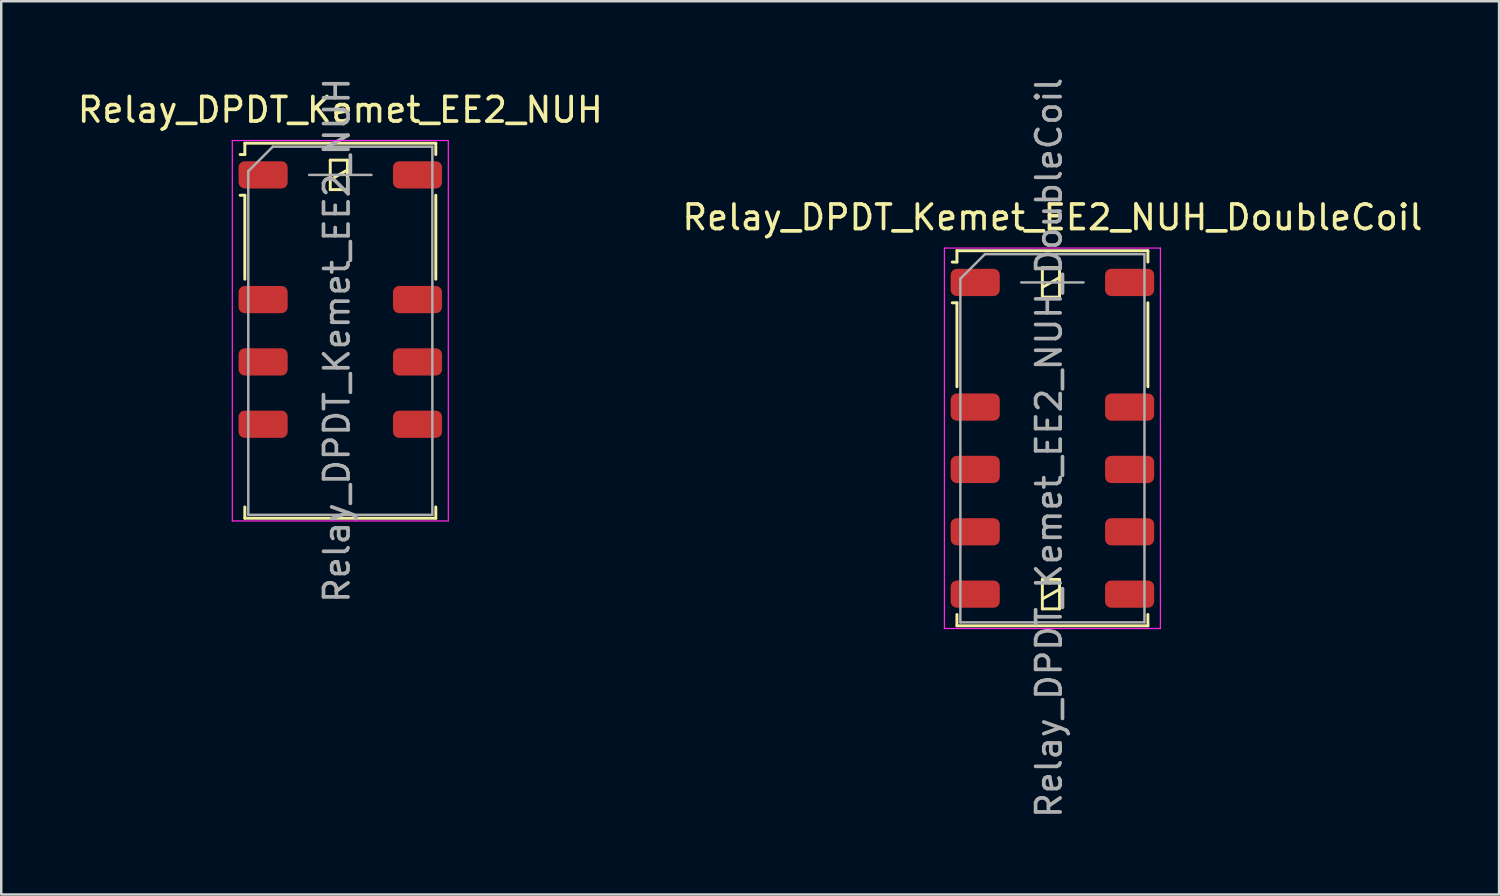
<source format=kicad_pcb>
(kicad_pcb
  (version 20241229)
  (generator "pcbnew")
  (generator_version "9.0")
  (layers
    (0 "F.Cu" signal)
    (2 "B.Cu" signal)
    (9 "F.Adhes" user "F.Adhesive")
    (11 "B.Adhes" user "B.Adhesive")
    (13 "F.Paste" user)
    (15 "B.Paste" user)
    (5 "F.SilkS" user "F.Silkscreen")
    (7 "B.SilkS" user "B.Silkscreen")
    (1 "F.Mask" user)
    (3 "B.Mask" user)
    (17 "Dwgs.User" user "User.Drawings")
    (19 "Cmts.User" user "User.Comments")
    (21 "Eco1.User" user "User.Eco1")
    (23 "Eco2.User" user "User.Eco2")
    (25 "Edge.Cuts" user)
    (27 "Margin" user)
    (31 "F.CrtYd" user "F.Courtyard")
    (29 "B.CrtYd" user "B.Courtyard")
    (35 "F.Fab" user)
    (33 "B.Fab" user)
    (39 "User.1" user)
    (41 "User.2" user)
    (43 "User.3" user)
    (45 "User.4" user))
  (footprint "Relay_DPDT_Kemet_EE2_NUH"
    (layer "F.Cu")
    (at 10.815 10.425)
    (property "Reference" "Relay_DPDT_Kemet_EE2_NUH" (at 0 -9 180) (layer "F.SilkS") (effects (font (size 1 1) (thickness 0.15))))
    (attr smd)
    (fp_line (start -3.89 -7.64) (end -3.89 -7.18) (stroke (width 0.12) (type solid)) (layer "F.SilkS"))
    (fp_line (start -3.89 -7.18) (end -4.08 -7.18) (stroke (width 0.12) (type solid)) (layer "F.SilkS"))
    (fp_line (start -3.89 -5.52) (end -4.08 -5.52) (stroke (width 0.12) (type solid)) (layer "F.SilkS"))
    (fp_line (start -3.89 -5.52) (end -3.89 -2.1) (stroke (width 0.12) (type solid)) (layer "F.SilkS"))
    (fp_line (start -3.89 7.18) (end -3.89 7.64) (stroke (width 0.12) (type solid)) (layer "F.SilkS"))
    (fp_line (start -0.41 -6.95) (end -0.41 -5.75) (stroke (width 0.12) (type solid)) (layer "F.SilkS"))
    (fp_line (start -0.41 -6.15) (end 0.29 -6.55) (stroke (width 0.12) (type solid)) (layer "F.SilkS"))
    (fp_line (start -0.41 -5.75) (end 0.29 -5.75) (stroke (width 0.12) (type solid)) (layer "F.SilkS"))
    (fp_line (start 0.29 -6.95) (end -0.41 -6.95) (stroke (width 0.12) (type solid)) (layer "F.SilkS"))
    (fp_line (start 0.29 -5.75) (end 0.29 -6.95) (stroke (width 0.12) (type solid)) (layer "F.SilkS"))
    (fp_line (start 3.89 -7.64) (end -3.89 -7.64) (stroke (width 0.12) (type solid)) (layer "F.SilkS"))
    (fp_line (start 3.89 -7.64) (end 3.89 -7.18) (stroke (width 0.12) (type solid)) (layer "F.SilkS"))
    (fp_line (start 3.89 -5.52) (end 3.89 -2.1) (stroke (width 0.12) (type solid)) (layer "F.SilkS"))
    (fp_line (start 3.89 7.18) (end 3.89 7.64) (stroke (width 0.12) (type solid)) (layer "F.SilkS"))
    (fp_line (start 3.89 7.64) (end -3.89 7.64) (stroke (width 0.12) (type solid)) (layer "F.SilkS"))
    (fp_line (start -4.4 -7.75) (end -4.4 7.75) (stroke (width 0.05) (type solid)) (layer "F.CrtYd"))
    (fp_line (start -4.4 7.75) (end 4.4 7.75) (stroke (width 0.05) (type solid)) (layer "F.CrtYd"))
    (fp_line (start 4.4 -7.75) (end -4.4 -7.75) (stroke (width 0.05) (type solid)) (layer "F.CrtYd"))
    (fp_line (start 4.4 -7.75) (end 4.4 7.75) (stroke (width 0.05) (type solid)) (layer "F.CrtYd"))
    (fp_line (start -3.75 -6.5) (end -3.75 7.5) (stroke (width 0.1) (type solid)) (layer "F.Fab"))
    (fp_line (start -3.75 -6.5) (end -2.75 -7.5) (stroke (width 0.1) (type solid)) (layer "F.Fab"))
    (fp_line (start -1.27 -6.35) (end 1.27 -6.35) (stroke (width 0.1) (type solid)) (layer "F.Fab"))
    (fp_line (start 3.75 -7.5) (end -2.75 -7.5) (stroke (width 0.1) (type solid)) (layer "F.Fab"))
    (fp_line (start 3.75 -7.5) (end 3.75 7.5) (stroke (width 0.1) (type solid)) (layer "F.Fab"))
    (fp_line (start 3.75 7.5) (end -3.75 7.5) (stroke (width 0.1) (type solid)) (layer "F.Fab"))
    (fp_text user "${REFERENCE}" (at -0.14 0.39 90) (layer "F.Fab") (effects (font (size 1 1) (thickness 0.15))))
    (pad "1" smd roundrect (at -3.145 -6.35 270) (size 1.11 2) (layers "F.Cu" "F.Mask" "F.Paste") (roundrect_rratio 0.225))
    (pad "3" smd roundrect (at -3.145 -1.27 270) (size 1.11 2) (layers "F.Cu" "F.Mask" "F.Paste") (roundrect_rratio 0.225))
    (pad "4" smd roundrect (at -3.145 1.27 270) (size 1.11 2) (layers "F.Cu" "F.Mask" "F.Paste") (roundrect_rratio 0.225))
    (pad "5" smd roundrect (at -3.145 3.81 270) (size 1.11 2) (layers "F.Cu" "F.Mask" "F.Paste") (roundrect_rratio 0.225))
    (pad "8" smd roundrect (at 3.145 3.81 270) (size 1.11 2) (layers "F.Cu" "F.Mask" "F.Paste") (roundrect_rratio 0.225))
    (pad "9" smd roundrect (at 3.145 1.27 270) (size 1.11 2) (layers "F.Cu" "F.Mask" "F.Paste") (roundrect_rratio 0.225))
    (pad "10" smd roundrect (at 3.145 -1.27 270) (size 1.11 2) (layers "F.Cu" "F.Mask" "F.Paste") (roundrect_rratio 0.225))
    (pad "12" smd roundrect (at 3.145 -6.35 270) (size 1.11 2) (layers "F.Cu" "F.Mask" "F.Paste") (roundrect_rratio 0.225)))
  (footprint "Relay_DPDT_Kemet_EE2_NUH_DoubleCoil"
    (layer "F.Cu")
    (at 39.827 14.806)
    (property "Reference" "Relay_DPDT_Kemet_EE2_NUH_DoubleCoil" (at 0 -9 180) (layer "F.SilkS") (effects (font (size 1 1) (thickness 0.15))))
    (attr smd)
    (fp_line (start -3.89 -7.64) (end -3.89 -7.18) (stroke (width 0.12) (type solid)) (layer "F.SilkS"))
    (fp_line (start -3.89 -7.18) (end -4.08 -7.18) (stroke (width 0.12) (type solid)) (layer "F.SilkS"))
    (fp_line (start -3.89 -5.52) (end -4.08 -5.52) (stroke (width 0.12) (type solid)) (layer "F.SilkS"))
    (fp_line (start -3.89 -5.52) (end -3.89 -2.1) (stroke (width 0.12) (type solid)) (layer "F.SilkS"))
    (fp_line (start -3.89 7.18) (end -3.89 7.64) (stroke (width 0.12) (type solid)) (layer "F.SilkS"))
    (fp_line (start -0.41 -6.95) (end -0.41 -5.75) (stroke (width 0.12) (type solid)) (layer "F.SilkS"))
    (fp_line (start -0.41 -6.15) (end 0.29 -6.55) (stroke (width 0.12) (type solid)) (layer "F.SilkS"))
    (fp_line (start -0.41 -5.75) (end 0.29 -5.75) (stroke (width 0.12) (type solid)) (layer "F.SilkS"))
    (fp_line (start -0.41 5.75) (end -0.41 6.95) (stroke (width 0.12) (type solid)) (layer "F.SilkS"))
    (fp_line (start -0.41 6.55) (end 0.29 6.15) (stroke (width 0.12) (type solid)) (layer "F.SilkS"))
    (fp_line (start -0.41 6.95) (end 0.29 6.95) (stroke (width 0.12) (type solid)) (layer "F.SilkS"))
    (fp_line (start 0.29 -6.95) (end -0.41 -6.95) (stroke (width 0.12) (type solid)) (layer "F.SilkS"))
    (fp_line (start 0.29 -5.75) (end 0.29 -6.95) (stroke (width 0.12) (type solid)) (layer "F.SilkS"))
    (fp_line (start 0.29 5.75) (end -0.41 5.75) (stroke (width 0.12) (type solid)) (layer "F.SilkS"))
    (fp_line (start 0.29 6.95) (end 0.29 5.75) (stroke (width 0.12) (type solid)) (layer "F.SilkS"))
    (fp_line (start 3.89 -7.64) (end -3.89 -7.64) (stroke (width 0.12) (type solid)) (layer "F.SilkS"))
    (fp_line (start 3.89 -7.64) (end 3.89 -7.18) (stroke (width 0.12) (type solid)) (layer "F.SilkS"))
    (fp_line (start 3.89 -5.52) (end 3.89 -2.1) (stroke (width 0.12) (type solid)) (layer "F.SilkS"))
    (fp_line (start 3.89 7.18) (end 3.89 7.64) (stroke (width 0.12) (type solid)) (layer "F.SilkS"))
    (fp_line (start 3.89 7.64) (end -3.89 7.64) (stroke (width 0.12) (type solid)) (layer "F.SilkS"))
    (fp_line (start -4.4 -7.75) (end -4.4 7.75) (stroke (width 0.05) (type solid)) (layer "F.CrtYd"))
    (fp_line (start -4.4 7.75) (end 4.4 7.75) (stroke (width 0.05) (type solid)) (layer "F.CrtYd"))
    (fp_line (start 4.4 -7.75) (end -4.4 -7.75) (stroke (width 0.05) (type solid)) (layer "F.CrtYd"))
    (fp_line (start 4.4 -7.75) (end 4.4 7.75) (stroke (width 0.05) (type solid)) (layer "F.CrtYd"))
    (fp_line (start -3.75 -6.5) (end -3.75 7.5) (stroke (width 0.1) (type solid)) (layer "F.Fab"))
    (fp_line (start -3.75 -6.5) (end -2.75 -7.5) (stroke (width 0.1) (type solid)) (layer "F.Fab"))
    (fp_line (start -1.27 -6.35) (end 1.27 -6.35) (stroke (width 0.1) (type solid)) (layer "F.Fab"))
    (fp_line (start 3.75 -7.5) (end -2.75 -7.5) (stroke (width 0.1) (type solid)) (layer "F.Fab"))
    (fp_line (start 3.75 -7.5) (end 3.75 7.5) (stroke (width 0.1) (type solid)) (layer "F.Fab"))
    (fp_line (start 3.75 7.5) (end -3.75 7.5) (stroke (width 0.1) (type solid)) (layer "F.Fab"))
    (fp_text user "${REFERENCE}" (at -0.14 0.39 90) (layer "F.Fab") (effects (font (size 1 1) (thickness 0.15))))
    (pad "1" smd roundrect (at -3.145 -6.35 270) (size 1.11 2) (layers "F.Cu" "F.Mask" "F.Paste") (roundrect_rratio 0.225))
    (pad "3" smd roundrect (at -3.145 -1.27 270) (size 1.11 2) (layers "F.Cu" "F.Mask" "F.Paste") (roundrect_rratio 0.225))
    (pad "4" smd roundrect (at -3.145 1.27 270) (size 1.11 2) (layers "F.Cu" "F.Mask" "F.Paste") (roundrect_rratio 0.225))
    (pad "5" smd roundrect (at -3.145 3.81 270) (size 1.11 2) (layers "F.Cu" "F.Mask" "F.Paste") (roundrect_rratio 0.225))
    (pad "6" smd roundrect (at -3.145 6.35 270) (size 1.11 2) (layers "F.Cu" "F.Mask" "F.Paste") (roundrect_rratio 0.225))
    (pad "7" smd roundrect (at 3.145 6.35 270) (size 1.11 2) (layers "F.Cu" "F.Mask" "F.Paste") (roundrect_rratio 0.225))
    (pad "8" smd roundrect (at 3.145 3.81 270) (size 1.11 2) (layers "F.Cu" "F.Mask" "F.Paste") (roundrect_rratio 0.225))
    (pad "9" smd roundrect (at 3.145 1.27 270) (size 1.11 2) (layers "F.Cu" "F.Mask" "F.Paste") (roundrect_rratio 0.225))
    (pad "10" smd roundrect (at 3.145 -1.27 270) (size 1.11 2) (layers "F.Cu" "F.Mask" "F.Paste") (roundrect_rratio 0.225))
    (pad "12" smd roundrect (at 3.145 -6.35 270) (size 1.11 2) (layers "F.Cu" "F.Mask" "F.Paste") (roundrect_rratio 0.225)))
  (gr_rect
    (start -3 -3)
    (end 58.024 33.393)
    (stroke (width 0.1) (type default))
    (fill no)
    (layer "Edge.Cuts")))
</source>
